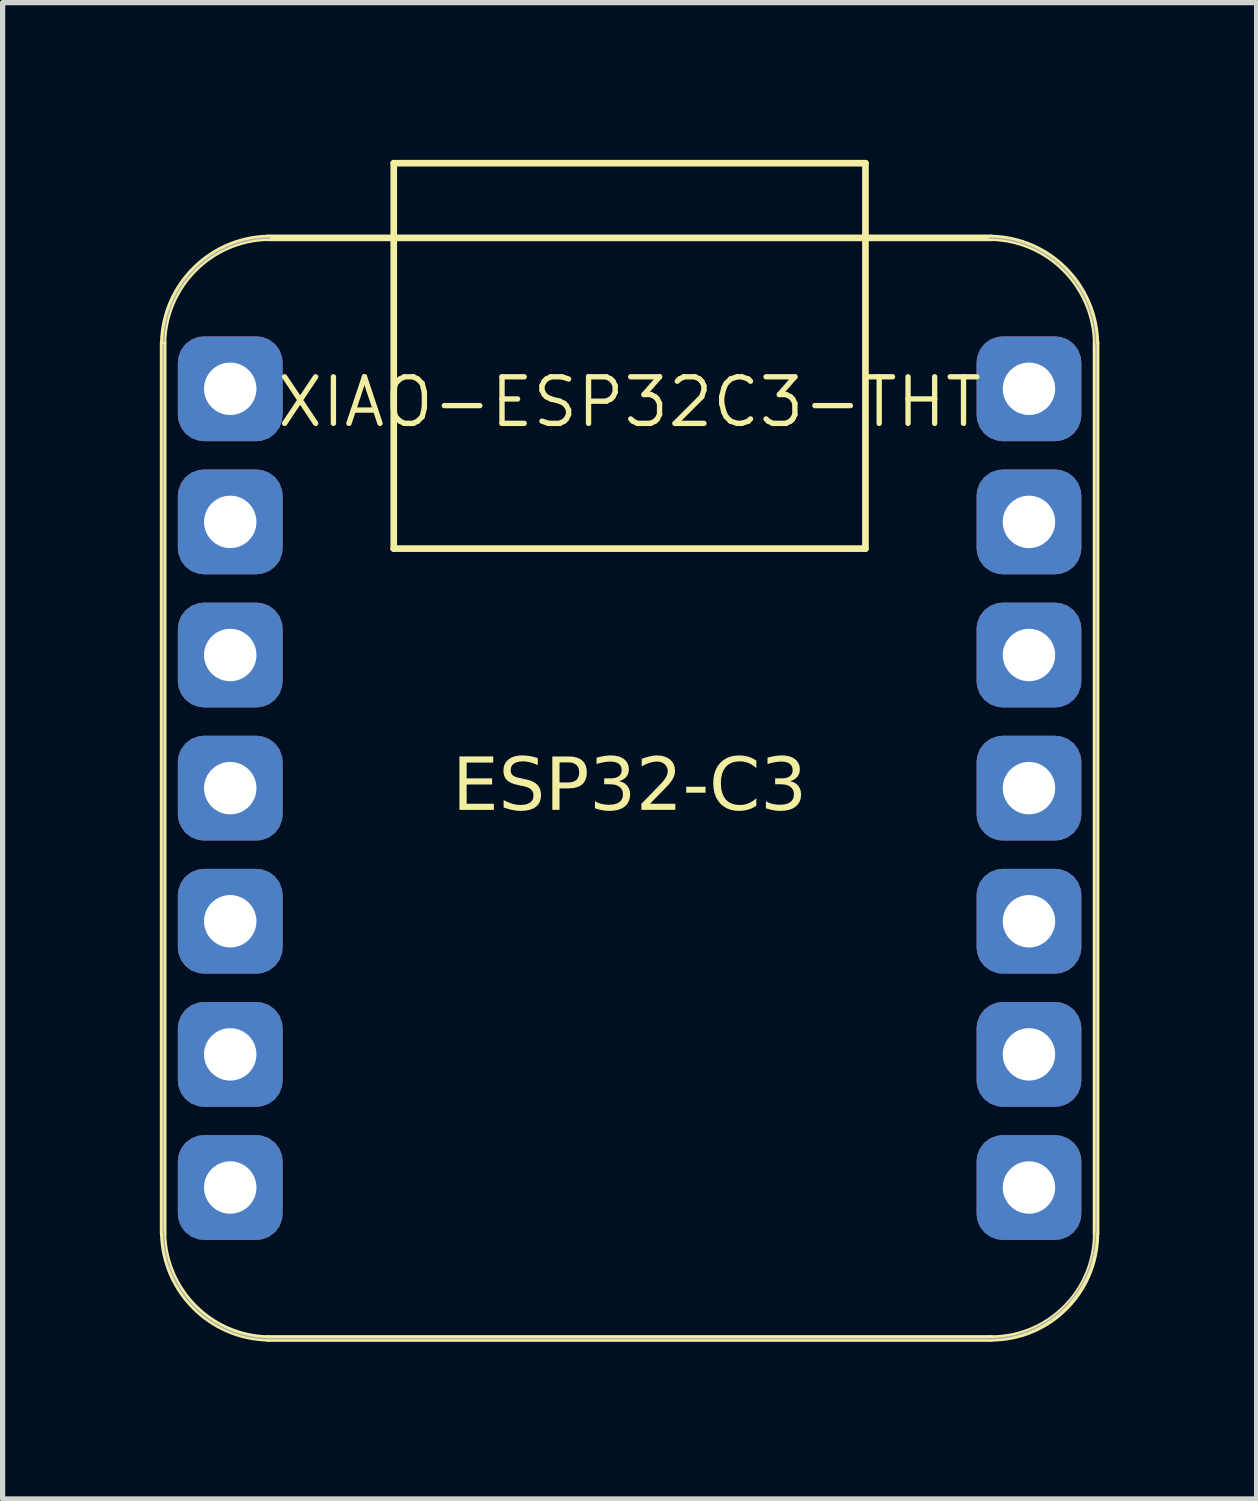
<source format=kicad_pcb>
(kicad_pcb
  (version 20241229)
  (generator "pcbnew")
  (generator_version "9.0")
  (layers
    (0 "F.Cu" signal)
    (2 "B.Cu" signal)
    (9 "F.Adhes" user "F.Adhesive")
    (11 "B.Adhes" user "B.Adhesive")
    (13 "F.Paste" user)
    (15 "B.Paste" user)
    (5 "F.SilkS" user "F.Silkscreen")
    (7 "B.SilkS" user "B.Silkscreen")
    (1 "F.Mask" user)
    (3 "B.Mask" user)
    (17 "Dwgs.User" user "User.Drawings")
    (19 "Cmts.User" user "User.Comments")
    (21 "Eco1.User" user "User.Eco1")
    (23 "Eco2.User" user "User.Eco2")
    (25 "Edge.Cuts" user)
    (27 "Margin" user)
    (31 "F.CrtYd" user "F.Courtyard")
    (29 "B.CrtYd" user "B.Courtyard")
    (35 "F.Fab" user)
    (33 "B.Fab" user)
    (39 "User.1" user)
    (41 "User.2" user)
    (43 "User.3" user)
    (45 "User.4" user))
  (footprint "XIAO-ESP32C3-THT"
    (layer "F.Cu")
    (at 8.963 11.988)
    (property "Reference" "XIAO-ESP32C3-THT" (at 0 -7.366 0) (layer "F.SilkS") (effects (font (size 0.889 0.889) (thickness 0.102))))
    (attr smd)
    (fp_line (start -8.9 -8.5) (end -8.9 8.5) (stroke (width 0.127) (type solid)) (layer "F.SilkS"))
    (fp_line (start -6.9 10.5) (end 6.9 10.5) (stroke (width 0.127) (type solid)) (layer "F.SilkS"))
    (fp_line (start -4.5 -11.924) (end 4.5 -11.924) (stroke (width 0.127) (type solid)) (layer "F.SilkS"))
    (fp_line (start -4.5 -4.571) (end -4.5 -11.924) (stroke (width 0.127) (type solid)) (layer "F.SilkS"))
    (fp_line (start 4.5 -11.924) (end 4.5 -4.571) (stroke (width 0.127) (type solid)) (layer "F.SilkS"))
    (fp_line (start 4.5 -4.571) (end -4.5 -4.571) (stroke (width 0.127) (type solid)) (layer "F.SilkS"))
    (fp_line (start 6.9 -10.499) (end -6.9 -10.499) (stroke (width 0.127) (type solid)) (layer "F.SilkS"))
    (fp_line (start 8.9 8.5) (end 8.9 -8.5) (stroke (width 0.127) (type solid)) (layer "F.SilkS"))
    (fp_arc (start -8.9 -8.5) (mid -8.301491 -9.901491) (end -6.9 -10.5) (stroke (width 0.12) (type solid)) (layer "F.SilkS"))
    (fp_arc (start -6.9 10.5) (mid -8.301423 9.901423) (end -8.9 8.5) (stroke (width 0.12) (type solid)) (layer "F.SilkS"))
    (fp_arc (start 6.9 -10.5) (mid 8.301491 -9.901491) (end 8.9 -8.5) (stroke (width 0.12) (type solid)) (layer "F.SilkS"))
    (fp_arc (start 8.9 8.5) (mid 8.314214 9.914214) (end 6.9 10.5) (stroke (width 0.12) (type solid)) (layer "F.SilkS"))
    (fp_poly (pts (xy -8.888 -8.562) (xy -8.885 -8.61) (xy -8.881 -8.659)) (stroke (width 0.025) (type solid)) (fill no) (layer "F.SilkS"))
    (fp_poly (pts (xy 8.889 8.522) (xy 8.888 8.571) (xy 8.885 8.62) (xy 8.881 8.669) (xy 8.875 8.717) (xy 8.869 8.766) (xy 8.861 8.815) (xy 8.852 8.863) (xy 8.842 8.911)) (stroke (width 0.025) (type solid)) (fill no) (layer "F.SilkS"))
    (fp_line (start -8.9 -8.463) (end -8.9 8.473) (stroke (width 0.025) (type solid)) (layer "F.Fab"))
    (fp_line (start -8.89 8.473) (end -8.889 8.522) (stroke (width 0.025) (type solid)) (layer "F.Fab"))
    (fp_line (start -8.889 8.522) (end -8.888 8.571) (stroke (width 0.025) (type solid)) (layer "F.Fab"))
    (fp_line (start -8.888 -8.562) (end -8.889 -8.512) (stroke (width 0.025) (type solid)) (layer "F.Fab"))
    (fp_line (start -8.888 8.571) (end -8.885 8.62) (stroke (width 0.025) (type solid)) (layer "F.Fab"))
    (fp_line (start -8.885 -8.61) (end -8.888 -8.562) (stroke (width 0.025) (type solid)) (layer "F.Fab"))
    (fp_line (start -8.885 8.62) (end -8.881 8.669) (stroke (width 0.025) (type solid)) (layer "F.Fab"))
    (fp_line (start -8.881 -8.659) (end -8.885 -8.61) (stroke (width 0.025) (type solid)) (layer "F.Fab"))
    (fp_line (start -8.881 8.669) (end -8.875 8.717) (stroke (width 0.025) (type solid)) (layer "F.Fab"))
    (fp_line (start -8.875 -8.708) (end -8.881 -8.659) (stroke (width 0.025) (type solid)) (layer "F.Fab"))
    (fp_line (start -8.875 8.717) (end -8.869 8.766) (stroke (width 0.025) (type solid)) (layer "F.Fab"))
    (fp_line (start -8.869 -8.757) (end -8.875 -8.708) (stroke (width 0.025) (type solid)) (layer "F.Fab"))
    (fp_line (start -8.869 8.766) (end -8.861 8.815) (stroke (width 0.025) (type solid)) (layer "F.Fab"))
    (fp_line (start -8.861 -8.806) (end -8.869 -8.757) (stroke (width 0.025) (type solid)) (layer "F.Fab"))
    (fp_line (start -8.861 8.815) (end -8.852 8.863) (stroke (width 0.025) (type solid)) (layer "F.Fab"))
    (fp_line (start -8.852 -8.854) (end -8.861 -8.806) (stroke (width 0.025) (type solid)) (layer "F.Fab"))
    (fp_line (start -8.852 8.863) (end -8.842 8.911) (stroke (width 0.025) (type solid)) (layer "F.Fab"))
    (fp_line (start -8.842 -8.902) (end -8.852 -8.854) (stroke (width 0.025) (type solid)) (layer "F.Fab"))
    (fp_line (start -8.842 8.911) (end -8.831 8.959) (stroke (width 0.025) (type solid)) (layer "F.Fab"))
    (fp_line (start -8.831 -8.95) (end -8.842 -8.902) (stroke (width 0.025) (type solid)) (layer "F.Fab"))
    (fp_line (start -8.831 8.959) (end -8.819 9.006) (stroke (width 0.025) (type solid)) (layer "F.Fab"))
    (fp_line (start -8.819 -8.997) (end -8.831 -8.95) (stroke (width 0.025) (type solid)) (layer "F.Fab"))
    (fp_line (start -8.819 9.006) (end -8.805 9.054) (stroke (width 0.025) (type solid)) (layer "F.Fab"))
    (fp_line (start -8.805 -9.045) (end -8.819 -8.997) (stroke (width 0.025) (type solid)) (layer "F.Fab"))
    (fp_line (start -8.805 9.054) (end -8.79 9.1) (stroke (width 0.025) (type solid)) (layer "F.Fab"))
    (fp_line (start -8.79 -9.091) (end -8.805 -9.045) (stroke (width 0.025) (type solid)) (layer "F.Fab"))
    (fp_line (start -8.79 9.1) (end -8.775 9.147) (stroke (width 0.025) (type solid)) (layer "F.Fab"))
    (fp_line (start -8.775 -9.138) (end -8.79 -9.091) (stroke (width 0.025) (type solid)) (layer "F.Fab"))
    (fp_line (start -8.775 9.147) (end -8.758 9.193) (stroke (width 0.025) (type solid)) (layer "F.Fab"))
    (fp_line (start -8.758 -9.184) (end -8.775 -9.138) (stroke (width 0.025) (type solid)) (layer "F.Fab"))
    (fp_line (start -8.758 9.193) (end -8.74 9.239) (stroke (width 0.025) (type solid)) (layer "F.Fab"))
    (fp_line (start -8.74 -9.23) (end -8.758 -9.184) (stroke (width 0.025) (type solid)) (layer "F.Fab"))
    (fp_line (start -8.74 9.239) (end -8.721 9.284) (stroke (width 0.025) (type solid)) (layer "F.Fab"))
    (fp_line (start -8.721 -9.275) (end -8.74 -9.23) (stroke (width 0.025) (type solid)) (layer "F.Fab"))
    (fp_line (start -8.721 9.284) (end -8.701 9.329) (stroke (width 0.025) (type solid)) (layer "F.Fab"))
    (fp_line (start -8.701 -9.32) (end -8.721 -9.275) (stroke (width 0.025) (type solid)) (layer "F.Fab"))
    (fp_line (start -8.701 9.329) (end -8.679 9.373) (stroke (width 0.025) (type solid)) (layer "F.Fab"))
    (fp_line (start -8.679 -9.364) (end -8.701 -9.32) (stroke (width 0.025) (type solid)) (layer "F.Fab"))
    (fp_line (start -8.679 9.373) (end -8.657 9.417) (stroke (width 0.025) (type solid)) (layer "F.Fab"))
    (fp_line (start -8.657 -9.408) (end -8.679 -9.364) (stroke (width 0.025) (type solid)) (layer "F.Fab"))
    (fp_line (start -8.657 9.417) (end -8.634 9.46) (stroke (width 0.025) (type solid)) (layer "F.Fab"))
    (fp_line (start -8.634 -9.451) (end -8.657 -9.408) (stroke (width 0.025) (type solid)) (layer "F.Fab"))
    (fp_line (start -8.634 9.46) (end -8.61 9.503) (stroke (width 0.025) (type solid)) (layer "F.Fab"))
    (fp_line (start -8.61 -9.494) (end -8.634 -9.451) (stroke (width 0.025) (type solid)) (layer "F.Fab"))
    (fp_line (start -8.61 9.503) (end -8.584 9.545) (stroke (width 0.025) (type solid)) (layer "F.Fab"))
    (fp_line (start -8.584 -9.536) (end -8.61 -9.494) (stroke (width 0.025) (type solid)) (layer "F.Fab"))
    (fp_line (start -8.584 9.545) (end -8.558 9.586) (stroke (width 0.025) (type solid)) (layer "F.Fab"))
    (fp_line (start -8.558 -9.577) (end -8.584 -9.536) (stroke (width 0.025) (type solid)) (layer "F.Fab"))
    (fp_line (start -8.558 9.586) (end -8.53 9.627) (stroke (width 0.025) (type solid)) (layer "F.Fab"))
    (fp_line (start -8.53 -9.618) (end -8.558 -9.577) (stroke (width 0.025) (type solid)) (layer "F.Fab"))
    (fp_line (start -8.53 9.627) (end -8.502 9.667) (stroke (width 0.025) (type solid)) (layer "F.Fab"))
    (fp_line (start -8.502 -9.658) (end -8.53 -9.618) (stroke (width 0.025) (type solid)) (layer "F.Fab"))
    (fp_line (start -8.502 9.667) (end -8.473 9.706) (stroke (width 0.025) (type solid)) (layer "F.Fab"))
    (fp_line (start -8.473 -9.697) (end -8.502 -9.658) (stroke (width 0.025) (type solid)) (layer "F.Fab"))
    (fp_line (start -8.473 9.706) (end -8.442 9.745) (stroke (width 0.025) (type solid)) (layer "F.Fab"))
    (fp_line (start -8.442 -9.736) (end -8.473 -9.697) (stroke (width 0.025) (type solid)) (layer "F.Fab"))
    (fp_line (start -8.442 9.745) (end -8.411 9.783) (stroke (width 0.025) (type solid)) (layer "F.Fab"))
    (fp_line (start -8.411 -9.774) (end -8.442 -9.736) (stroke (width 0.025) (type solid)) (layer "F.Fab"))
    (fp_line (start -8.411 9.783) (end -8.379 9.82) (stroke (width 0.025) (type solid)) (layer "F.Fab"))
    (fp_line (start -8.379 -9.811) (end -8.411 -9.774) (stroke (width 0.025) (type solid)) (layer "F.Fab"))
    (fp_line (start -8.379 9.82) (end -8.346 9.856) (stroke (width 0.025) (type solid)) (layer "F.Fab"))
    (fp_line (start -8.346 -9.847) (end -8.379 -9.811) (stroke (width 0.025) (type solid)) (layer "F.Fab"))
    (fp_line (start -8.346 9.856) (end -8.312 9.892) (stroke (width 0.025) (type solid)) (layer "F.Fab"))
    (fp_line (start -8.312 -9.883) (end -8.346 -9.847) (stroke (width 0.025) (type solid)) (layer "F.Fab"))
    (fp_line (start -8.312 9.892) (end -8.277 9.927) (stroke (width 0.025) (type solid)) (layer "F.Fab"))
    (fp_line (start -8.277 -9.918) (end -8.312 -9.883) (stroke (width 0.025) (type solid)) (layer "F.Fab"))
    (fp_line (start -8.277 9.927) (end -8.242 9.96) (stroke (width 0.025) (type solid)) (layer "F.Fab"))
    (fp_line (start -8.242 -9.951) (end -8.277 -9.918) (stroke (width 0.025) (type solid)) (layer "F.Fab"))
    (fp_line (start -8.242 9.96) (end -8.205 9.994) (stroke (width 0.025) (type solid)) (layer "F.Fab"))
    (fp_line (start -8.205 -9.984) (end -8.242 -9.951) (stroke (width 0.025) (type solid)) (layer "F.Fab"))
    (fp_line (start -8.205 9.994) (end -8.168 10.026) (stroke (width 0.025) (type solid)) (layer "F.Fab"))
    (fp_line (start -8.168 -10.017) (end -8.205 -9.984) (stroke (width 0.025) (type solid)) (layer "F.Fab"))
    (fp_line (start -8.168 10.026) (end -8.13 10.057) (stroke (width 0.025) (type solid)) (layer "F.Fab"))
    (fp_line (start -8.13 -10.048) (end -8.168 -10.017) (stroke (width 0.025) (type solid)) (layer "F.Fab"))
    (fp_line (start -8.13 10.057) (end -8.092 10.087) (stroke (width 0.025) (type solid)) (layer "F.Fab"))
    (fp_line (start -8.092 -10.078) (end -8.13 -10.048) (stroke (width 0.025) (type solid)) (layer "F.Fab"))
    (fp_line (start -8.092 10.087) (end -8.052 10.116) (stroke (width 0.025) (type solid)) (layer "F.Fab"))
    (fp_line (start -8.052 -10.107) (end -8.092 -10.078) (stroke (width 0.025) (type solid)) (layer "F.Fab"))
    (fp_line (start -8.052 10.116) (end -8.012 10.145) (stroke (width 0.025) (type solid)) (layer "F.Fab"))
    (fp_line (start -8.012 -10.136) (end -8.052 -10.107) (stroke (width 0.025) (type solid)) (layer "F.Fab"))
    (fp_line (start -8.012 10.145) (end -7.972 10.172) (stroke (width 0.025) (type solid)) (layer "F.Fab"))
    (fp_line (start -7.972 -10.163) (end -8.012 -10.136) (stroke (width 0.025) (type solid)) (layer "F.Fab"))
    (fp_line (start -7.972 10.172) (end -7.93 10.199) (stroke (width 0.025) (type solid)) (layer "F.Fab"))
    (fp_line (start -7.93 -10.19) (end -7.972 -10.163) (stroke (width 0.025) (type solid)) (layer "F.Fab"))
    (fp_line (start -7.93 10.199) (end -7.888 10.224) (stroke (width 0.025) (type solid)) (layer "F.Fab"))
    (fp_line (start -7.888 -10.215) (end -7.93 -10.19) (stroke (width 0.025) (type solid)) (layer "F.Fab"))
    (fp_line (start -7.888 10.224) (end -7.846 10.249) (stroke (width 0.025) (type solid)) (layer "F.Fab"))
    (fp_line (start -7.846 -10.239) (end -7.888 -10.215) (stroke (width 0.025) (type solid)) (layer "F.Fab"))
    (fp_line (start -7.846 10.249) (end -7.802 10.272) (stroke (width 0.025) (type solid)) (layer "F.Fab"))
    (fp_line (start -7.802 -10.263) (end -7.846 -10.239) (stroke (width 0.025) (type solid)) (layer "F.Fab"))
    (fp_line (start -7.802 10.272) (end -7.759 10.294) (stroke (width 0.025) (type solid)) (layer "F.Fab"))
    (fp_line (start -7.759 -10.285) (end -7.802 -10.263) (stroke (width 0.025) (type solid)) (layer "F.Fab"))
    (fp_line (start -7.759 10.294) (end -7.714 10.315) (stroke (width 0.025) (type solid)) (layer "F.Fab"))
    (fp_line (start -7.714 -10.306) (end -7.759 -10.285) (stroke (width 0.025) (type solid)) (layer "F.Fab"))
    (fp_line (start -7.714 10.315) (end -7.67 10.335) (stroke (width 0.025) (type solid)) (layer "F.Fab"))
    (fp_line (start -7.67 -10.326) (end -7.714 -10.306) (stroke (width 0.025) (type solid)) (layer "F.Fab"))
    (fp_line (start -7.67 10.335) (end -7.624 10.354) (stroke (width 0.025) (type solid)) (layer "F.Fab"))
    (fp_line (start -7.624 -10.345) (end -7.67 -10.326) (stroke (width 0.025) (type solid)) (layer "F.Fab"))
    (fp_line (start -7.624 10.354) (end -7.579 10.372) (stroke (width 0.025) (type solid)) (layer "F.Fab"))
    (fp_line (start -7.579 -10.363) (end -7.624 -10.345) (stroke (width 0.025) (type solid)) (layer "F.Fab"))
    (fp_line (start -7.579 10.372) (end -7.532 10.389) (stroke (width 0.025) (type solid)) (layer "F.Fab"))
    (fp_line (start -7.532 -10.38) (end -7.579 -10.363) (stroke (width 0.025) (type solid)) (layer "F.Fab"))
    (fp_line (start -7.532 10.389) (end -7.486 10.405) (stroke (width 0.025) (type solid)) (layer "F.Fab"))
    (fp_line (start -7.486 -10.396) (end -7.532 -10.38) (stroke (width 0.025) (type solid)) (layer "F.Fab"))
    (fp_line (start -7.486 10.405) (end -7.439 10.42) (stroke (width 0.025) (type solid)) (layer "F.Fab"))
    (fp_line (start -7.439 -10.411) (end -7.486 -10.396) (stroke (width 0.025) (type solid)) (layer "F.Fab"))
    (fp_line (start -7.439 10.42) (end -7.392 10.433) (stroke (width 0.025) (type solid)) (layer "F.Fab"))
    (fp_line (start -7.392 -10.424) (end -7.439 -10.411) (stroke (width 0.025) (type solid)) (layer "F.Fab"))
    (fp_line (start -7.392 10.433) (end -7.344 10.446) (stroke (width 0.025) (type solid)) (layer "F.Fab"))
    (fp_line (start -7.344 -10.436) (end -7.392 -10.424) (stroke (width 0.025) (type solid)) (layer "F.Fab"))
    (fp_line (start -7.344 10.446) (end -7.296 10.457) (stroke (width 0.025) (type solid)) (layer "F.Fab"))
    (fp_line (start -7.296 -10.448) (end -7.344 -10.436) (stroke (width 0.025) (type solid)) (layer "F.Fab"))
    (fp_line (start -7.296 10.457) (end -7.248 10.467) (stroke (width 0.025) (type solid)) (layer "F.Fab"))
    (fp_line (start -7.248 -10.458) (end -7.296 -10.448) (stroke (width 0.025) (type solid)) (layer "F.Fab"))
    (fp_line (start -7.248 10.467) (end -7.2 10.476) (stroke (width 0.025) (type solid)) (layer "F.Fab"))
    (fp_line (start -7.2 -10.466) (end -7.248 -10.458) (stroke (width 0.025) (type solid)) (layer "F.Fab"))
    (fp_line (start -7.2 10.476) (end -7.152 10.483) (stroke (width 0.025) (type solid)) (layer "F.Fab"))
    (fp_line (start -7.152 -10.474) (end -7.2 -10.466) (stroke (width 0.025) (type solid)) (layer "F.Fab"))
    (fp_line (start -7.152 10.483) (end -7.103 10.49) (stroke (width 0.025) (type solid)) (layer "F.Fab"))
    (fp_line (start -7.103 -10.481) (end -7.152 -10.474) (stroke (width 0.025) (type solid)) (layer "F.Fab"))
    (fp_line (start -7.103 10.49) (end -7.054 10.495) (stroke (width 0.025) (type solid)) (layer "F.Fab"))
    (fp_line (start -7.054 -10.486) (end -7.103 -10.481) (stroke (width 0.025) (type solid)) (layer "F.Fab"))
    (fp_line (start -7.054 10.495) (end -7.005 10.499) (stroke (width 0.025) (type solid)) (layer "F.Fab"))
    (fp_line (start -7.005 -10.49) (end -7.054 -10.486) (stroke (width 0.025) (type solid)) (layer "F.Fab"))
    (fp_line (start -7.005 10.499) (end -6.956 10.502) (stroke (width 0.025) (type solid)) (layer "F.Fab"))
    (fp_line (start -6.956 -10.493) (end -7.005 -10.49) (stroke (width 0.025) (type solid)) (layer "F.Fab"))
    (fp_line (start -6.956 10.502) (end -6.907 10.504) (stroke (width 0.025) (type solid)) (layer "F.Fab"))
    (fp_line (start -6.907 -10.495) (end -6.956 -10.493) (stroke (width 0.025) (type solid)) (layer "F.Fab"))
    (fp_line (start -6.907 10.504) (end -6.858 10.505) (stroke (width 0.025) (type solid)) (layer "F.Fab"))
    (fp_line (start -6.858 -10.495) (end -6.907 -10.495) (stroke (width 0.025) (type solid)) (layer "F.Fab"))
    (fp_line (start -6.858 10.505) (end 6.858 10.505) (stroke (width 0.025) (type solid)) (layer "F.Fab"))
    (fp_line (start 6.858 10.505) (end 6.907 10.504) (stroke (width 0.025) (type solid)) (layer "F.Fab"))
    (fp_line (start 6.907 -10.495) (end 6.858 -10.495) (stroke (width 0.025) (type solid)) (layer "F.Fab"))
    (fp_line (start 6.907 10.504) (end 6.956 10.502) (stroke (width 0.025) (type solid)) (layer "F.Fab"))
    (fp_line (start 6.956 -10.493) (end 6.907 -10.495) (stroke (width 0.025) (type solid)) (layer "F.Fab"))
    (fp_line (start 6.956 10.502) (end 7.005 10.499) (stroke (width 0.025) (type solid)) (layer "F.Fab"))
    (fp_line (start 7.005 -10.49) (end 6.956 -10.493) (stroke (width 0.025) (type solid)) (layer "F.Fab"))
    (fp_line (start 7.005 10.499) (end 7.054 10.495) (stroke (width 0.025) (type solid)) (layer "F.Fab"))
    (fp_line (start 7.054 -10.486) (end 7.005 -10.49) (stroke (width 0.025) (type solid)) (layer "F.Fab"))
    (fp_line (start 7.054 10.495) (end 7.103 10.49) (stroke (width 0.025) (type solid)) (layer "F.Fab"))
    (fp_line (start 7.103 -10.481) (end 7.054 -10.486) (stroke (width 0.025) (type solid)) (layer "F.Fab"))
    (fp_line (start 7.103 10.49) (end 7.152 10.483) (stroke (width 0.025) (type solid)) (layer "F.Fab"))
    (fp_line (start 7.152 -10.474) (end 7.103 -10.481) (stroke (width 0.025) (type solid)) (layer "F.Fab"))
    (fp_line (start 7.152 10.483) (end 7.2 10.476) (stroke (width 0.025) (type solid)) (layer "F.Fab"))
    (fp_line (start 7.2 -10.466) (end 7.152 -10.474) (stroke (width 0.025) (type solid)) (layer "F.Fab"))
    (fp_line (start 7.2 10.476) (end 7.248 10.467) (stroke (width 0.025) (type solid)) (layer "F.Fab"))
    (fp_line (start 7.248 -10.458) (end 7.2 -10.466) (stroke (width 0.025) (type solid)) (layer "F.Fab"))
    (fp_line (start 7.248 10.467) (end 7.296 10.457) (stroke (width 0.025) (type solid)) (layer "F.Fab"))
    (fp_line (start 7.296 -10.448) (end 7.248 -10.458) (stroke (width 0.025) (type solid)) (layer "F.Fab"))
    (fp_line (start 7.296 10.457) (end 7.344 10.446) (stroke (width 0.025) (type solid)) (layer "F.Fab"))
    (fp_line (start 7.344 -10.436) (end 7.296 -10.448) (stroke (width 0.025) (type solid)) (layer "F.Fab"))
    (fp_line (start 7.344 10.446) (end 7.392 10.433) (stroke (width 0.025) (type solid)) (layer "F.Fab"))
    (fp_line (start 7.392 -10.424) (end 7.344 -10.436) (stroke (width 0.025) (type solid)) (layer "F.Fab"))
    (fp_line (start 7.392 10.433) (end 7.439 10.42) (stroke (width 0.025) (type solid)) (layer "F.Fab"))
    (fp_line (start 7.439 -10.411) (end 7.392 -10.424) (stroke (width 0.025) (type solid)) (layer "F.Fab"))
    (fp_line (start 7.439 10.42) (end 7.486 10.405) (stroke (width 0.025) (type solid)) (layer "F.Fab"))
    (fp_line (start 7.486 -10.396) (end 7.439 -10.411) (stroke (width 0.025) (type solid)) (layer "F.Fab"))
    (fp_line (start 7.486 10.405) (end 7.532 10.389) (stroke (width 0.025) (type solid)) (layer "F.Fab"))
    (fp_line (start 7.532 -10.38) (end 7.486 -10.396) (stroke (width 0.025) (type solid)) (layer "F.Fab"))
    (fp_line (start 7.532 10.389) (end 7.579 10.372) (stroke (width 0.025) (type solid)) (layer "F.Fab"))
    (fp_line (start 7.579 -10.363) (end 7.532 -10.38) (stroke (width 0.025) (type solid)) (layer "F.Fab"))
    (fp_line (start 7.579 10.372) (end 7.624 10.354) (stroke (width 0.025) (type solid)) (layer "F.Fab"))
    (fp_line (start 7.624 -10.345) (end 7.579 -10.363) (stroke (width 0.025) (type solid)) (layer "F.Fab"))
    (fp_line (start 7.624 10.354) (end 7.67 10.335) (stroke (width 0.025) (type solid)) (layer "F.Fab"))
    (fp_line (start 7.67 -10.326) (end 7.624 -10.345) (stroke (width 0.025) (type solid)) (layer "F.Fab"))
    (fp_line (start 7.67 10.335) (end 7.714 10.315) (stroke (width 0.025) (type solid)) (layer "F.Fab"))
    (fp_line (start 7.714 -10.306) (end 7.67 -10.326) (stroke (width 0.025) (type solid)) (layer "F.Fab"))
    (fp_line (start 7.714 10.315) (end 7.759 10.294) (stroke (width 0.025) (type solid)) (layer "F.Fab"))
    (fp_line (start 7.759 -10.285) (end 7.714 -10.306) (stroke (width 0.025) (type solid)) (layer "F.Fab"))
    (fp_line (start 7.759 10.294) (end 7.802 10.272) (stroke (width 0.025) (type solid)) (layer "F.Fab"))
    (fp_line (start 7.802 -10.263) (end 7.759 -10.285) (stroke (width 0.025) (type solid)) (layer "F.Fab"))
    (fp_line (start 7.802 10.272) (end 7.846 10.249) (stroke (width 0.025) (type solid)) (layer "F.Fab"))
    (fp_line (start 7.846 -10.239) (end 7.802 -10.263) (stroke (width 0.025) (type solid)) (layer "F.Fab"))
    (fp_line (start 7.846 10.249) (end 7.888 10.224) (stroke (width 0.025) (type solid)) (layer "F.Fab"))
    (fp_line (start 7.888 -10.215) (end 7.846 -10.239) (stroke (width 0.025) (type solid)) (layer "F.Fab"))
    (fp_line (start 7.888 10.224) (end 7.93 10.199) (stroke (width 0.025) (type solid)) (layer "F.Fab"))
    (fp_line (start 7.93 -10.19) (end 7.888 -10.215) (stroke (width 0.025) (type solid)) (layer "F.Fab"))
    (fp_line (start 7.93 10.199) (end 7.972 10.172) (stroke (width 0.025) (type solid)) (layer "F.Fab"))
    (fp_line (start 7.972 -10.163) (end 7.93 -10.19) (stroke (width 0.025) (type solid)) (layer "F.Fab"))
    (fp_line (start 7.972 10.172) (end 8.012 10.145) (stroke (width 0.025) (type solid)) (layer "F.Fab"))
    (fp_line (start 8.012 -10.136) (end 7.972 -10.163) (stroke (width 0.025) (type solid)) (layer "F.Fab"))
    (fp_line (start 8.012 10.145) (end 8.052 10.116) (stroke (width 0.025) (type solid)) (layer "F.Fab"))
    (fp_line (start 8.052 -10.107) (end 8.012 -10.136) (stroke (width 0.025) (type solid)) (layer "F.Fab"))
    (fp_line (start 8.052 10.116) (end 8.092 10.087) (stroke (width 0.025) (type solid)) (layer "F.Fab"))
    (fp_line (start 8.092 -10.078) (end 8.052 -10.107) (stroke (width 0.025) (type solid)) (layer "F.Fab"))
    (fp_line (start 8.092 10.087) (end 8.13 10.057) (stroke (width 0.025) (type solid)) (layer "F.Fab"))
    (fp_line (start 8.13 -10.048) (end 8.092 -10.078) (stroke (width 0.025) (type solid)) (layer "F.Fab"))
    (fp_line (start 8.13 10.057) (end 8.168 10.026) (stroke (width 0.025) (type solid)) (layer "F.Fab"))
    (fp_line (start 8.168 -10.017) (end 8.13 -10.048) (stroke (width 0.025) (type solid)) (layer "F.Fab"))
    (fp_line (start 8.168 10.026) (end 8.205 9.994) (stroke (width 0.025) (type solid)) (layer "F.Fab"))
    (fp_line (start 8.205 -9.984) (end 8.168 -10.017) (stroke (width 0.025) (type solid)) (layer "F.Fab"))
    (fp_line (start 8.205 9.994) (end 8.242 9.96) (stroke (width 0.025) (type solid)) (layer "F.Fab"))
    (fp_line (start 8.242 -9.951) (end 8.205 -9.984) (stroke (width 0.025) (type solid)) (layer "F.Fab"))
    (fp_line (start 8.242 9.96) (end 8.277 9.927) (stroke (width 0.025) (type solid)) (layer "F.Fab"))
    (fp_line (start 8.277 -9.918) (end 8.242 -9.951) (stroke (width 0.025) (type solid)) (layer "F.Fab"))
    (fp_line (start 8.277 9.927) (end 8.312 9.892) (stroke (width 0.025) (type solid)) (layer "F.Fab"))
    (fp_line (start 8.312 -9.883) (end 8.277 -9.918) (stroke (width 0.025) (type solid)) (layer "F.Fab"))
    (fp_line (start 8.312 9.892) (end 8.346 9.856) (stroke (width 0.025) (type solid)) (layer "F.Fab"))
    (fp_line (start 8.346 -9.847) (end 8.312 -9.883) (stroke (width 0.025) (type solid)) (layer "F.Fab"))
    (fp_line (start 8.346 9.856) (end 8.379 9.82) (stroke (width 0.025) (type solid)) (layer "F.Fab"))
    (fp_line (start 8.379 -9.811) (end 8.346 -9.847) (stroke (width 0.025) (type solid)) (layer "F.Fab"))
    (fp_line (start 8.379 9.82) (end 8.411 9.783) (stroke (width 0.025) (type solid)) (layer "F.Fab"))
    (fp_line (start 8.411 -9.774) (end 8.379 -9.811) (stroke (width 0.025) (type solid)) (layer "F.Fab"))
    (fp_line (start 8.411 9.783) (end 8.442 9.745) (stroke (width 0.025) (type solid)) (layer "F.Fab"))
    (fp_line (start 8.442 -9.736) (end 8.411 -9.774) (stroke (width 0.025) (type solid)) (layer "F.Fab"))
    (fp_line (start 8.442 9.745) (end 8.473 9.706) (stroke (width 0.025) (type solid)) (layer "F.Fab"))
    (fp_line (start 8.473 -9.697) (end 8.442 -9.736) (stroke (width 0.025) (type solid)) (layer "F.Fab"))
    (fp_line (start 8.473 9.706) (end 8.502 9.667) (stroke (width 0.025) (type solid)) (layer "F.Fab"))
    (fp_line (start 8.502 -9.658) (end 8.473 -9.697) (stroke (width 0.025) (type solid)) (layer "F.Fab"))
    (fp_line (start 8.502 9.667) (end 8.53 9.627) (stroke (width 0.025) (type solid)) (layer "F.Fab"))
    (fp_line (start 8.53 -9.618) (end 8.502 -9.658) (stroke (width 0.025) (type solid)) (layer "F.Fab"))
    (fp_line (start 8.53 9.627) (end 8.558 9.586) (stroke (width 0.025) (type solid)) (layer "F.Fab"))
    (fp_line (start 8.558 -9.577) (end 8.53 -9.618) (stroke (width 0.025) (type solid)) (layer "F.Fab"))
    (fp_line (start 8.558 9.586) (end 8.584 9.545) (stroke (width 0.025) (type solid)) (layer "F.Fab"))
    (fp_line (start 8.584 -9.536) (end 8.558 -9.577) (stroke (width 0.025) (type solid)) (layer "F.Fab"))
    (fp_line (start 8.584 9.545) (end 8.61 9.503) (stroke (width 0.025) (type solid)) (layer "F.Fab"))
    (fp_line (start 8.61 -9.494) (end 8.584 -9.536) (stroke (width 0.025) (type solid)) (layer "F.Fab"))
    (fp_line (start 8.61 9.503) (end 8.634 9.46) (stroke (width 0.025) (type solid)) (layer "F.Fab"))
    (fp_line (start 8.634 -9.451) (end 8.61 -9.494) (stroke (width 0.025) (type solid)) (layer "F.Fab"))
    (fp_line (start 8.634 9.46) (end 8.657 9.417) (stroke (width 0.025) (type solid)) (layer "F.Fab"))
    (fp_line (start 8.657 -9.408) (end 8.634 -9.451) (stroke (width 0.025) (type solid)) (layer "F.Fab"))
    (fp_line (start 8.657 9.417) (end 8.679 9.373) (stroke (width 0.025) (type solid)) (layer "F.Fab"))
    (fp_line (start 8.679 -9.364) (end 8.657 -9.408) (stroke (width 0.025) (type solid)) (layer "F.Fab"))
    (fp_line (start 8.679 9.373) (end 8.701 9.329) (stroke (width 0.025) (type solid)) (layer "F.Fab"))
    (fp_line (start 8.701 -9.32) (end 8.679 -9.364) (stroke (width 0.025) (type solid)) (layer "F.Fab"))
    (fp_line (start 8.701 9.329) (end 8.721 9.284) (stroke (width 0.025) (type solid)) (layer "F.Fab"))
    (fp_line (start 8.721 -9.275) (end 8.701 -9.32) (stroke (width 0.025) (type solid)) (layer "F.Fab"))
    (fp_line (start 8.721 9.284) (end 8.74 9.239) (stroke (width 0.025) (type solid)) (layer "F.Fab"))
    (fp_line (start 8.74 -9.23) (end 8.721 -9.275) (stroke (width 0.025) (type solid)) (layer "F.Fab"))
    (fp_line (start 8.74 9.239) (end 8.758 9.193) (stroke (width 0.025) (type solid)) (layer "F.Fab"))
    (fp_line (start 8.758 -9.184) (end 8.74 -9.23) (stroke (width 0.025) (type solid)) (layer "F.Fab"))
    (fp_line (start 8.758 9.193) (end 8.775 9.147) (stroke (width 0.025) (type solid)) (layer "F.Fab"))
    (fp_line (start 8.775 -9.138) (end 8.758 -9.184) (stroke (width 0.025) (type solid)) (layer "F.Fab"))
    (fp_line (start 8.775 9.147) (end 8.79 9.1) (stroke (width 0.025) (type solid)) (layer "F.Fab"))
    (fp_line (start 8.79 -9.091) (end 8.775 -9.138) (stroke (width 0.025) (type solid)) (layer "F.Fab"))
    (fp_line (start 8.79 9.1) (end 8.805 9.054) (stroke (width 0.025) (type solid)) (layer "F.Fab"))
    (fp_line (start 8.805 -9.045) (end 8.79 -9.091) (stroke (width 0.025) (type solid)) (layer "F.Fab"))
    (fp_line (start 8.805 9.054) (end 8.819 9.006) (stroke (width 0.025) (type solid)) (layer "F.Fab"))
    (fp_line (start 8.819 -8.997) (end 8.805 -9.045) (stroke (width 0.025) (type solid)) (layer "F.Fab"))
    (fp_line (start 8.819 9.006) (end 8.831 8.959) (stroke (width 0.025) (type solid)) (layer "F.Fab"))
    (fp_line (start 8.831 -8.95) (end 8.819 -8.997) (stroke (width 0.025) (type solid)) (layer "F.Fab"))
    (fp_line (start 8.831 8.959) (end 8.842 8.911) (stroke (width 0.025) (type solid)) (layer "F.Fab"))
    (fp_line (start 8.842 -8.902) (end 8.831 -8.95) (stroke (width 0.025) (type solid)) (layer "F.Fab"))
    (fp_line (start 8.842 8.911) (end 8.852 8.863) (stroke (width 0.025) (type solid)) (layer "F.Fab"))
    (fp_line (start 8.852 -8.854) (end 8.842 -8.902) (stroke (width 0.025) (type solid)) (layer "F.Fab"))
    (fp_line (start 8.852 8.863) (end 8.861 8.815) (stroke (width 0.025) (type solid)) (layer "F.Fab"))
    (fp_line (start 8.861 -8.806) (end 8.852 -8.854) (stroke (width 0.025) (type solid)) (layer "F.Fab"))
    (fp_line (start 8.861 8.815) (end 8.869 8.766) (stroke (width 0.025) (type solid)) (layer "F.Fab"))
    (fp_line (start 8.869 -8.757) (end 8.861 -8.806) (stroke (width 0.025) (type solid)) (layer "F.Fab"))
    (fp_line (start 8.869 8.766) (end 8.875 8.717) (stroke (width 0.025) (type solid)) (layer "F.Fab"))
    (fp_line (start 8.875 -8.708) (end 8.869 -8.757) (stroke (width 0.025) (type solid)) (layer "F.Fab"))
    (fp_line (start 8.875 8.717) (end 8.881 8.669) (stroke (width 0.025) (type solid)) (layer "F.Fab"))
    (fp_line (start 8.881 -8.659) (end 8.875 -8.708) (stroke (width 0.025) (type solid)) (layer "F.Fab"))
    (fp_line (start 8.881 8.669) (end 8.885 8.62) (stroke (width 0.025) (type solid)) (layer "F.Fab"))
    (fp_line (start 8.885 -8.61) (end 8.881 -8.659) (stroke (width 0.025) (type solid)) (layer "F.Fab"))
    (fp_line (start 8.885 8.62) (end 8.888 8.571) (stroke (width 0.025) (type solid)) (layer "F.Fab"))
    (fp_line (start 8.888 -8.562) (end 8.885 -8.61) (stroke (width 0.025) (type solid)) (layer "F.Fab"))
    (fp_line (start 8.888 8.571) (end 8.889 8.522) (stroke (width 0.025) (type solid)) (layer "F.Fab"))
    (fp_line (start 8.889 -8.512) (end 8.888 -8.562) (stroke (width 0.025) (type solid)) (layer "F.Fab"))
    (fp_line (start 8.889 8.522) (end 8.89 8.473) (stroke (width 0.025) (type solid)) (layer "F.Fab"))
    (fp_line (start 8.89 -8.463) (end 8.889 -8.512) (stroke (width 0.025) (type solid)) (layer "F.Fab"))
    (fp_line (start 8.9 8.473) (end 8.9 -8.463) (stroke (width 0.025) (type solid)) (layer "F.Fab"))
    (fp_text user "ESP32-C3" (at 0 0 0) (unlocked yes) (layer "F.SilkS") (effects (font (face "SF Pro Display") (size 1 1) (thickness 0.15))))
    (pad "0" thru_hole roundrect (at -7.62 -7.62 180) (size 2 2) (drill 1) (layers "*.Cu" "*.Mask") (roundrect_rratio 0.25))
    (pad "1" thru_hole roundrect (at -7.62 -5.08 180) (size 2 2) (drill 1) (layers "*.Cu" "*.Mask") (roundrect_rratio 0.25))
    (pad "2" thru_hole roundrect (at -7.62 -2.54 180) (size 2 2) (drill 1) (layers "*.Cu" "*.Mask") (roundrect_rratio 0.25))
    (pad "3" thru_hole roundrect (at -7.62 0 180) (size 2 2) (drill 1) (layers "*.Cu" "*.Mask") (roundrect_rratio 0.25))
    (pad "4" thru_hole roundrect (at -7.62 2.54 180) (size 2 2) (drill 1) (layers "*.Cu" "*.Mask") (roundrect_rratio 0.25))
    (pad "5" thru_hole roundrect (at -7.62 5.08 180) (size 2 2) (drill 1) (layers "*.Cu" "*.Mask") (roundrect_rratio 0.25))
    (pad "6" thru_hole roundrect (at -7.62 7.62 180) (size 2 2) (drill 1) (layers "*.Cu" "*.Mask") (roundrect_rratio 0.25))
    (pad "7" thru_hole roundrect (at 7.62 7.62) (size 2 2) (drill 1) (layers "*.Cu" "*.Mask") (roundrect_rratio 0.25))
    (pad "8" thru_hole roundrect (at 7.62 5.08) (size 2 2) (drill 1) (layers "*.Cu" "*.Mask") (roundrect_rratio 0.25))
    (pad "9" thru_hole roundrect (at 7.62 2.54) (size 2 2) (drill 1) (layers "*.Cu" "*.Mask") (roundrect_rratio 0.25))
    (pad "10" thru_hole roundrect (at 7.62 0) (size 2 2) (drill 1) (layers "*.Cu" "*.Mask") (roundrect_rratio 0.25))
    (pad "11" thru_hole roundrect (at 7.62 -2.54) (size 2 2) (drill 1) (layers "*.Cu" "*.Mask") (roundrect_rratio 0.25))
    (pad "12" thru_hole roundrect (at 7.62 -5.08) (size 2 2) (drill 1) (layers "*.Cu" "*.Mask") (roundrect_rratio 0.25))
    (pad "13" thru_hole roundrect (at 7.62 -7.62) (size 2 2) (drill 1) (layers "*.Cu" "*.Mask") (roundrect_rratio 0.25)))
  (gr_rect
    (start -3 -3)
    (end 20.927 25.551)
    (stroke (width 0.1) (type default))
    (fill no)
    (layer "Edge.Cuts")))
</source>
